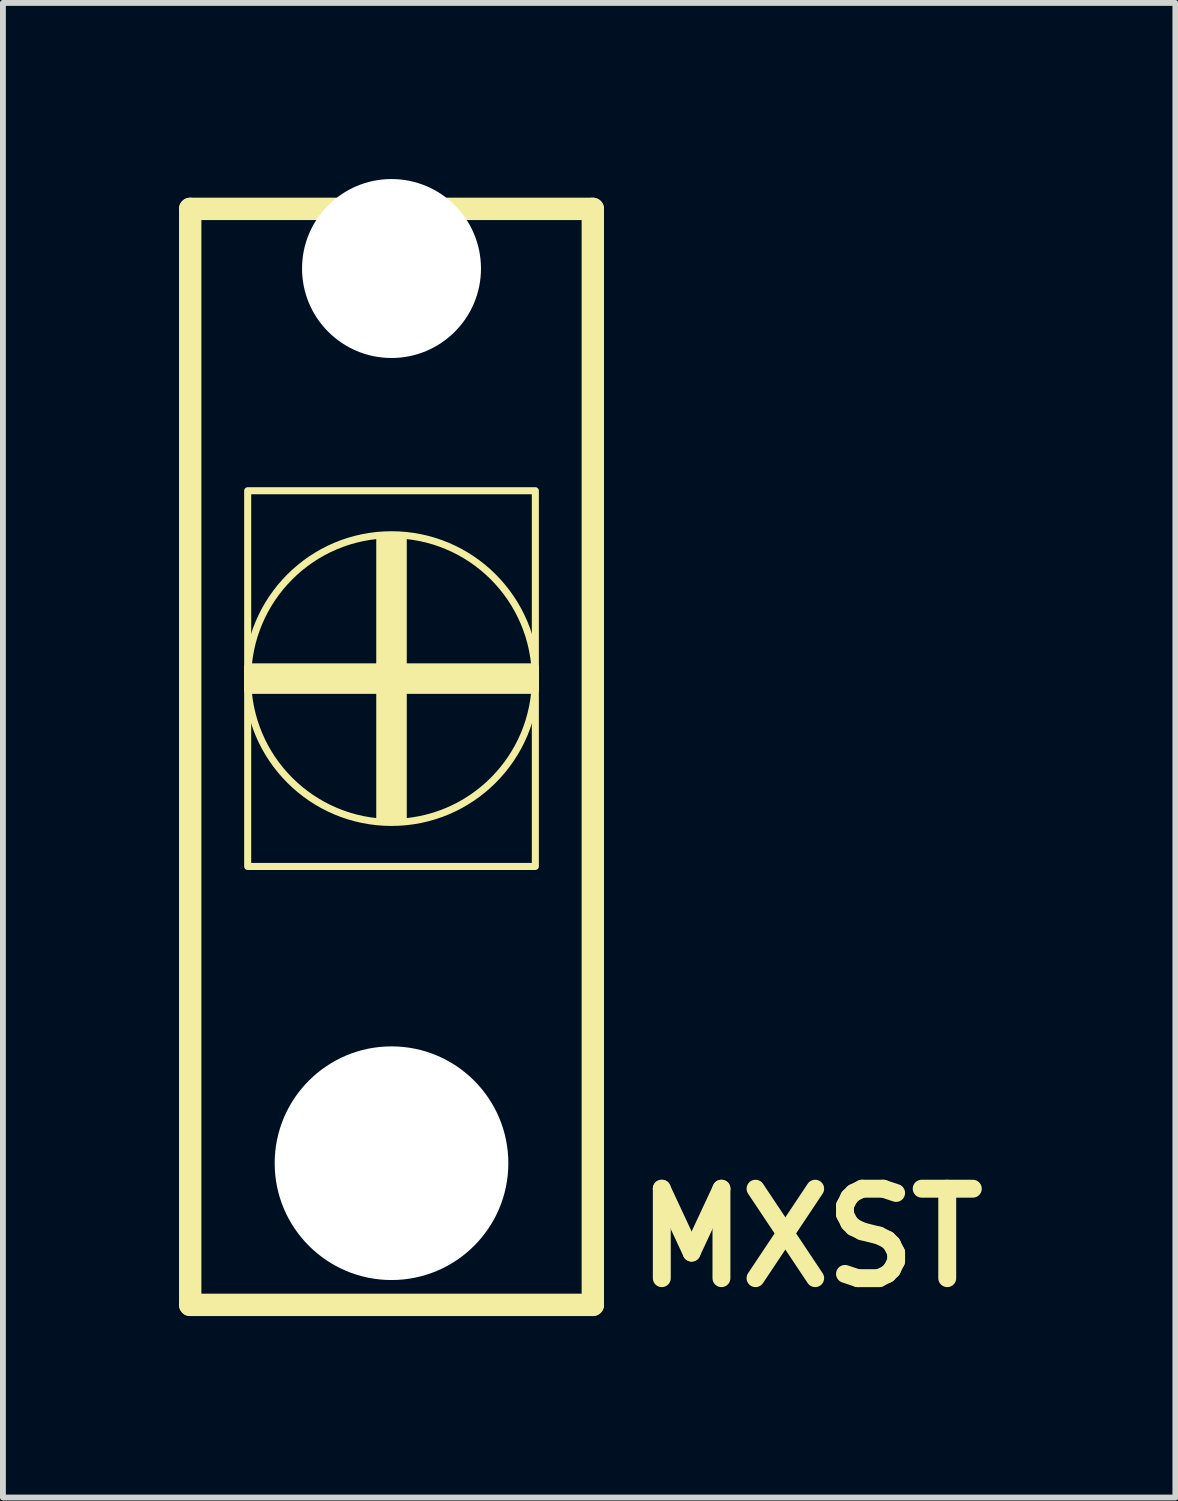
<source format=kicad_pcb>
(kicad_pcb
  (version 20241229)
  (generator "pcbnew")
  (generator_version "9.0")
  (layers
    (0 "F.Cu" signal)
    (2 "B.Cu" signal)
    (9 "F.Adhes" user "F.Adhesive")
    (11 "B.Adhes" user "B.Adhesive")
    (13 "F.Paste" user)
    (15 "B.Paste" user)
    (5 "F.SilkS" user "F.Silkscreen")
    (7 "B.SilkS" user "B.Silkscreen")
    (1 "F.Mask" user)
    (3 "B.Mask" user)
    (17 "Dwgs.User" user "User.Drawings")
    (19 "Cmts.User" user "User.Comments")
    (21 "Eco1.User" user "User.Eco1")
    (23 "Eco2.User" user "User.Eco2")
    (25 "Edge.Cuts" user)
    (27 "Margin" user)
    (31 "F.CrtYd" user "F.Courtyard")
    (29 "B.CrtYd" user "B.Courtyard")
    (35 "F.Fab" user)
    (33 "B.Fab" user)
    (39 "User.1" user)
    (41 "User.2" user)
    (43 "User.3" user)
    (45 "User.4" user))
  (footprint "MXST"
    (layer "F.Cu")
    (at 3.619 8.509)
    (property "Reference" "MXST" (at 7.144 9.524 0) (layer "F.SilkS") (effects (font (size 1.524 1.524) (thickness 0.305))))
    (attr through_hole)
    (fp_line (start -3.429 -8.001) (end -3.429 10.668) (stroke (width 0.381) (type solid)) (layer "F.SilkS"))
    (fp_line (start -3.429 10.668) (end 3.429 10.668) (stroke (width 0.381) (type solid)) (layer "F.SilkS"))
    (fp_line (start 3.429 -8.001) (end -3.429 -8.001) (stroke (width 0.381) (type solid)) (layer "F.SilkS"))
    (fp_line (start 3.429 10.668) (end 3.429 -8.001) (stroke (width 0.381) (type solid)) (layer "F.SilkS"))
    (fp_rect (start -2.45 -3.2) (end 2.45 3.2) (stroke (width 0.12) (type solid)) (fill no) (layer "F.SilkS"))
    (fp_rect (start -2.45 -0.2) (end 2.45 0.2) (stroke (width 0.12) (type solid)) (fill yes) (layer "F.SilkS"))
    (fp_rect (start -0.2 2.4) (end 0.2 -2.4) (stroke (width 0.12) (type solid)) (fill yes) (layer "F.SilkS"))
    (fp_circle (center 0 0) (end 2.45 0) (stroke (width 0.12) (type solid)) (fill no) (layer "F.SilkS"))
    (pad "" np_thru_hole circle (at 0 -6.985) (size 3.048 3.048) (drill 3.048) (layers "*.Cu" "*.Mask"))
    (pad "" np_thru_hole circle (at 0 8.255) (size 3.98 3.98) (drill 3.98) (layers "*.Cu" "*.Mask")))
  (gr_rect
    (start -3 -3)
    (end 16.971 22.459)
    (stroke (width 0.1) (type default))
    (fill no)
    (layer "Edge.Cuts")))
</source>
